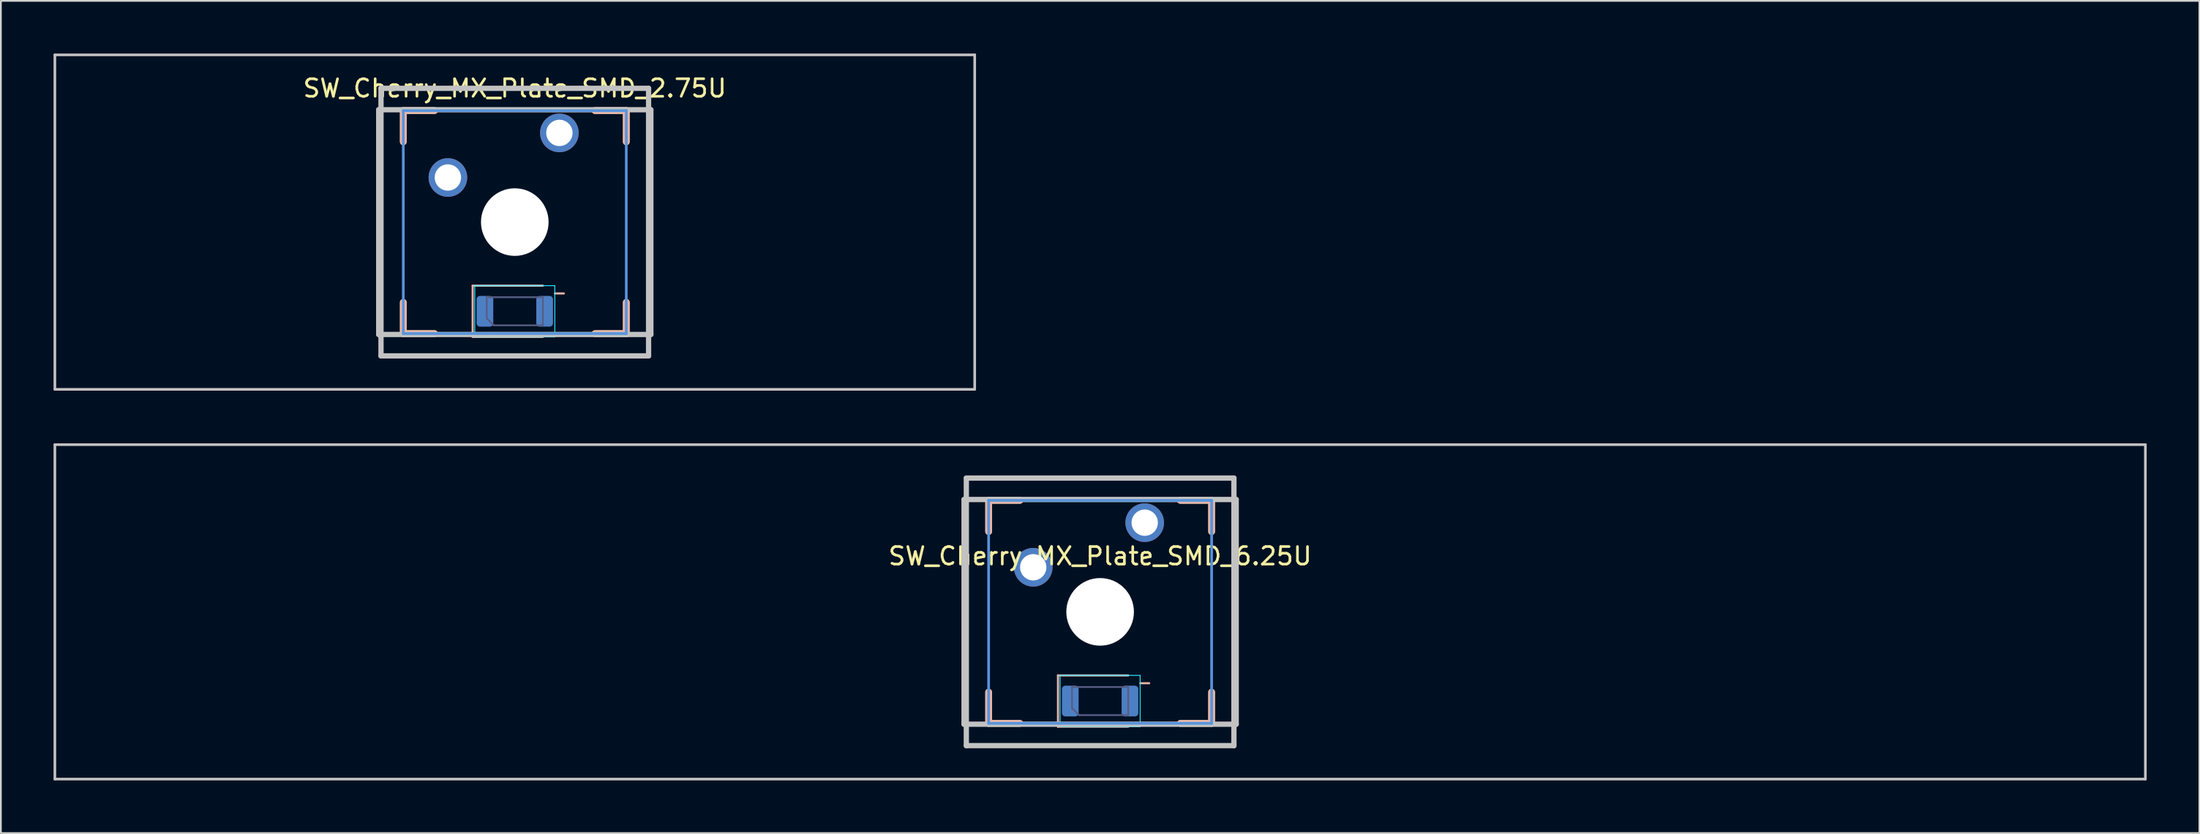
<source format=kicad_pcb>
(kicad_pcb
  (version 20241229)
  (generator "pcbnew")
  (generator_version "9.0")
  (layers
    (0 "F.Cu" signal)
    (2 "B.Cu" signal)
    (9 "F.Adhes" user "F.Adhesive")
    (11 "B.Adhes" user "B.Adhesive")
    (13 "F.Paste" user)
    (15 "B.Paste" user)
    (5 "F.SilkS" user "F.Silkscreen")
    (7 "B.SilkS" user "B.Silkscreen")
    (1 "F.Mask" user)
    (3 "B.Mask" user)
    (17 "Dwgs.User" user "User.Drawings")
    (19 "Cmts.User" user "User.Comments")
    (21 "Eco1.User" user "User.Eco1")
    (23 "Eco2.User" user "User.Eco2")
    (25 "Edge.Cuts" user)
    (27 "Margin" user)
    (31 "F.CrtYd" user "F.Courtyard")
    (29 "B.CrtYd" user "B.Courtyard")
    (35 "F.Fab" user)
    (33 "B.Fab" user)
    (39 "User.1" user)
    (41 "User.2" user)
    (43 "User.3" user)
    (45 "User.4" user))
  (footprint "SW_Cherry_MX_Plate_SMD_6.25U"
    (layer "F.Cu")
    (at 59.606 31.8)
    (property "Reference" "SW_Cherry_MX_Plate_SMD_6.25U" (at 0 -3.175 0) (layer "F.SilkS") (effects (font (size 1 1) (thickness 0.15))))
    (attr exclude_from_pos_files exclude_from_bom)
    (fp_line (start -6.35 -6.35) (end -4.572 -6.35) (stroke (width 0.381) (type solid)) (layer "F.SilkS"))
    (fp_line (start -6.35 -4.572) (end -6.35 -6.35) (stroke (width 0.381) (type solid)) (layer "F.SilkS"))
    (fp_line (start -6.35 6.35) (end -6.35 4.572) (stroke (width 0.381) (type solid)) (layer "F.SilkS"))
    (fp_line (start -4.572 6.35) (end -6.35 6.35) (stroke (width 0.381) (type solid)) (layer "F.SilkS"))
    (fp_line (start 4.572 -6.35) (end 6.35 -6.35) (stroke (width 0.381) (type solid)) (layer "F.SilkS"))
    (fp_line (start 6.35 -6.35) (end 6.35 -4.572) (stroke (width 0.381) (type solid)) (layer "F.SilkS"))
    (fp_line (start 6.35 4.572) (end 6.35 6.35) (stroke (width 0.381) (type solid)) (layer "F.SilkS"))
    (fp_line (start 6.35 6.35) (end 4.572 6.35) (stroke (width 0.381) (type solid)) (layer "F.SilkS"))
    (fp_line (start -6.35 -6.35) (end -6.35 -4.572) (stroke (width 0.381) (type solid)) (layer "B.SilkS"))
    (fp_line (start -6.35 4.572) (end -6.35 6.35) (stroke (width 0.381) (type solid)) (layer "B.SilkS"))
    (fp_line (start -6.35 6.35) (end -4.572 6.35) (stroke (width 0.381) (type solid)) (layer "B.SilkS"))
    (fp_line (start -4.572 -6.35) (end -6.35 -6.35) (stroke (width 0.381) (type solid)) (layer "B.SilkS"))
    (fp_line (start -2.4 3.62) (end 1.6 3.62) (stroke (width 0.12) (type solid)) (layer "B.SilkS"))
    (fp_line (start -2.4 6.54) (end -2.4 3.62) (stroke (width 0.12) (type solid)) (layer "B.SilkS"))
    (fp_line (start 1.6 6.54) (end -2.4 6.54) (stroke (width 0.12) (type solid)) (layer "B.SilkS"))
    (fp_line (start 2.286 4.064) (end 2.794 4.064) (stroke (width 0.12) (type solid)) (layer "B.SilkS"))
    (fp_line (start 4.572 6.35) (end 6.35 6.35) (stroke (width 0.381) (type solid)) (layer "B.SilkS"))
    (fp_line (start 6.35 -6.35) (end 4.572 -6.35) (stroke (width 0.381) (type solid)) (layer "B.SilkS"))
    (fp_line (start 6.35 -4.572) (end 6.35 -6.35) (stroke (width 0.381) (type solid)) (layer "B.SilkS"))
    (fp_line (start 6.35 6.35) (end 6.35 4.572) (stroke (width 0.381) (type solid)) (layer "B.SilkS"))
    (fp_line (start -59.531 -9.525) (end 59.531 -9.525) (stroke (width 0.15) (type solid)) (layer "Dwgs.User"))
    (fp_line (start -59.531 9.525) (end -59.531 -9.525) (stroke (width 0.15) (type solid)) (layer "Dwgs.User"))
    (fp_line (start -7.75 6.4) (end -7.75 -6.4) (stroke (width 0.3) (type solid)) (layer "Dwgs.User"))
    (fp_line (start -7.75 6.4) (end 7.75 6.4) (stroke (width 0.3) (type solid)) (layer "Dwgs.User"))
    (fp_line (start -7.62 -7.62) (end 7.62 -7.62) (stroke (width 0.3) (type solid)) (layer "Dwgs.User"))
    (fp_line (start -7.62 7.62) (end -7.62 -7.62) (stroke (width 0.3) (type solid)) (layer "Dwgs.User"))
    (fp_line (start 7.62 -7.62) (end 7.62 7.62) (stroke (width 0.3) (type solid)) (layer "Dwgs.User"))
    (fp_line (start 7.62 7.62) (end -7.62 7.62) (stroke (width 0.3) (type solid)) (layer "Dwgs.User"))
    (fp_line (start 7.75 -6.4) (end -7.75 -6.4) (stroke (width 0.3) (type solid)) (layer "Dwgs.User"))
    (fp_line (start 7.75 6.4) (end 7.75 -6.4) (stroke (width 0.3) (type solid)) (layer "Dwgs.User"))
    (fp_line (start 59.531 -9.525) (end 59.531 9.525) (stroke (width 0.15) (type solid)) (layer "Dwgs.User"))
    (fp_line (start 59.531 9.525) (end -59.531 9.525) (stroke (width 0.15) (type solid)) (layer "Dwgs.User"))
    (fp_line (start -6.35 -6.35) (end 6.35 -6.35) (stroke (width 0.152) (type solid)) (layer "Cmts.User"))
    (fp_line (start -6.35 6.35) (end -6.35 -6.35) (stroke (width 0.152) (type solid)) (layer "Cmts.User"))
    (fp_line (start 6.35 -6.35) (end 6.35 6.35) (stroke (width 0.152) (type solid)) (layer "Cmts.User"))
    (fp_line (start 6.35 6.35) (end -6.35 6.35) (stroke (width 0.152) (type solid)) (layer "Cmts.User"))
    (fp_line (start -6.985 -6.985) (end 6.985 -6.985) (stroke (width 0.152) (type solid)) (layer "Eco2.User"))
    (fp_line (start -6.985 6.985) (end -6.985 -6.985) (stroke (width 0.152) (type solid)) (layer "Eco2.User"))
    (fp_line (start 6.985 -6.985) (end 6.985 6.985) (stroke (width 0.152) (type solid)) (layer "Eco2.User"))
    (fp_line (start 6.985 6.985) (end -6.985 6.985) (stroke (width 0.152) (type solid)) (layer "Eco2.User"))
    (fp_line (start -2.28 3.62) (end -2.28 6.54) (stroke (width 0.05) (type solid)) (layer "B.CrtYd"))
    (fp_line (start -2.28 6.54) (end 2.28 6.54) (stroke (width 0.05) (type solid)) (layer "B.CrtYd"))
    (fp_line (start 2.28 3.62) (end -2.28 3.62) (stroke (width 0.05) (type solid)) (layer "B.CrtYd"))
    (fp_line (start 2.28 6.54) (end 2.28 3.62) (stroke (width 0.05) (type solid)) (layer "B.CrtYd"))
    (fp_line (start -1.6 4.28) (end 1.6 4.28) (stroke (width 0.1) (type solid)) (layer "B.Fab"))
    (fp_line (start -1.6 5.48) (end -1.6 4.28) (stroke (width 0.1) (type solid)) (layer "B.Fab"))
    (fp_line (start -1.2 5.88) (end -1.6 5.48) (stroke (width 0.1) (type solid)) (layer "B.Fab"))
    (fp_line (start 1.6 4.28) (end 1.6 5.88) (stroke (width 0.1) (type solid)) (layer "B.Fab"))
    (fp_line (start 1.6 5.88) (end -1.2 5.88) (stroke (width 0.1) (type solid)) (layer "B.Fab"))
    (pad "" np_thru_hole circle (at 0 0) (size 3.85 3.85) (drill 3.85) (layers "*.Cu" "*.Mask"))
    (pad "1" thru_hole circle (at -3.81 -2.54) (size 2.2 2.2) (drill 1.5) (layers "*.Cu" "*.Mask"))
    (pad "2" thru_hole circle (at 2.54 -5.08) (size 2.2 2.2) (drill 1.5) (layers "*.Cu" "*.Mask"))
    (pad "3" smd roundrect (at 1.7 5.08) (size 0.95 1.75) (layers "B.Cu" "B.Mask" "B.Paste") (roundrect_rratio 0.2))
    (pad "4" smd roundrect (at -1.7 5.08) (size 0.95 1.75) (layers "B.Cu" "B.Mask" "B.Paste") (roundrect_rratio 0.2)))
  (footprint "SW_Cherry_MX_Plate_SMD_2.75U"
    (layer "F.Cu")
    (at 26.269 9.6)
    (property "Reference" "SW_Cherry_MX_Plate_SMD_2.75U" (at 0 -7.62 0) (layer "F.SilkS") (effects (font (size 1 1) (thickness 0.15))))
    (attr through_hole)
    (fp_line (start -6.35 -6.35) (end -4.572 -6.35) (stroke (width 0.381) (type solid)) (layer "F.SilkS"))
    (fp_line (start -6.35 -4.572) (end -6.35 -6.35) (stroke (width 0.381) (type solid)) (layer "F.SilkS"))
    (fp_line (start -6.35 6.35) (end -6.35 4.572) (stroke (width 0.381) (type solid)) (layer "F.SilkS"))
    (fp_line (start -4.572 6.35) (end -6.35 6.35) (stroke (width 0.381) (type solid)) (layer "F.SilkS"))
    (fp_line (start 4.572 -6.35) (end 6.35 -6.35) (stroke (width 0.381) (type solid)) (layer "F.SilkS"))
    (fp_line (start 6.35 -6.35) (end 6.35 -4.572) (stroke (width 0.381) (type solid)) (layer "F.SilkS"))
    (fp_line (start 6.35 4.572) (end 6.35 6.35) (stroke (width 0.381) (type solid)) (layer "F.SilkS"))
    (fp_line (start 6.35 6.35) (end 4.572 6.35) (stroke (width 0.381) (type solid)) (layer "F.SilkS"))
    (fp_line (start -6.35 -6.35) (end -6.35 -4.572) (stroke (width 0.381) (type solid)) (layer "B.SilkS"))
    (fp_line (start -6.35 4.572) (end -6.35 6.35) (stroke (width 0.381) (type solid)) (layer "B.SilkS"))
    (fp_line (start -6.35 6.35) (end -4.572 6.35) (stroke (width 0.381) (type solid)) (layer "B.SilkS"))
    (fp_line (start -4.572 -6.35) (end -6.35 -6.35) (stroke (width 0.381) (type solid)) (layer "B.SilkS"))
    (fp_line (start -2.4 3.62) (end 1.6 3.62) (stroke (width 0.12) (type solid)) (layer "B.SilkS"))
    (fp_line (start -2.4 6.54) (end -2.4 3.62) (stroke (width 0.12) (type solid)) (layer "B.SilkS"))
    (fp_line (start 1.6 6.54) (end -2.4 6.54) (stroke (width 0.12) (type solid)) (layer "B.SilkS"))
    (fp_line (start 2.286 4.064) (end 2.794 4.064) (stroke (width 0.12) (type solid)) (layer "B.SilkS"))
    (fp_line (start 4.572 6.35) (end 6.35 6.35) (stroke (width 0.381) (type solid)) (layer "B.SilkS"))
    (fp_line (start 6.35 -6.35) (end 4.572 -6.35) (stroke (width 0.381) (type solid)) (layer "B.SilkS"))
    (fp_line (start 6.35 -4.572) (end 6.35 -6.35) (stroke (width 0.381) (type solid)) (layer "B.SilkS"))
    (fp_line (start 6.35 6.35) (end 6.35 4.572) (stroke (width 0.381) (type solid)) (layer "B.SilkS"))
    (fp_line (start -26.194 -9.525) (end 26.194 -9.525) (stroke (width 0.15) (type solid)) (layer "Dwgs.User"))
    (fp_line (start -26.194 9.525) (end -26.194 -9.525) (stroke (width 0.15) (type solid)) (layer "Dwgs.User"))
    (fp_line (start -7.75 6.4) (end -7.75 -6.4) (stroke (width 0.3) (type solid)) (layer "Dwgs.User"))
    (fp_line (start -7.75 6.4) (end 7.75 6.4) (stroke (width 0.3) (type solid)) (layer "Dwgs.User"))
    (fp_line (start -7.62 -7.62) (end 7.62 -7.62) (stroke (width 0.3) (type solid)) (layer "Dwgs.User"))
    (fp_line (start -7.62 7.62) (end -7.62 -7.62) (stroke (width 0.3) (type solid)) (layer "Dwgs.User"))
    (fp_line (start 7.62 -7.62) (end 7.62 7.62) (stroke (width 0.3) (type solid)) (layer "Dwgs.User"))
    (fp_line (start 7.62 7.62) (end -7.62 7.62) (stroke (width 0.3) (type solid)) (layer "Dwgs.User"))
    (fp_line (start 7.75 -6.4) (end -7.75 -6.4) (stroke (width 0.3) (type solid)) (layer "Dwgs.User"))
    (fp_line (start 7.75 6.4) (end 7.75 -6.4) (stroke (width 0.3) (type solid)) (layer "Dwgs.User"))
    (fp_line (start 26.194 -9.525) (end 26.194 9.525) (stroke (width 0.15) (type solid)) (layer "Dwgs.User"))
    (fp_line (start 26.194 9.525) (end -26.194 9.525) (stroke (width 0.15) (type solid)) (layer "Dwgs.User"))
    (fp_line (start -6.35 -6.35) (end 6.35 -6.35) (stroke (width 0.152) (type solid)) (layer "Cmts.User"))
    (fp_line (start -6.35 6.35) (end -6.35 -6.35) (stroke (width 0.152) (type solid)) (layer "Cmts.User"))
    (fp_line (start 6.35 -6.35) (end 6.35 6.35) (stroke (width 0.152) (type solid)) (layer "Cmts.User"))
    (fp_line (start 6.35 6.35) (end -6.35 6.35) (stroke (width 0.152) (type solid)) (layer "Cmts.User"))
    (fp_line (start -6.985 -6.985) (end 6.985 -6.985) (stroke (width 0.152) (type solid)) (layer "Eco2.User"))
    (fp_line (start -6.985 6.985) (end -6.985 -6.985) (stroke (width 0.152) (type solid)) (layer "Eco2.User"))
    (fp_line (start 6.985 -6.985) (end 6.985 6.985) (stroke (width 0.152) (type solid)) (layer "Eco2.User"))
    (fp_line (start 6.985 6.985) (end -6.985 6.985) (stroke (width 0.152) (type solid)) (layer "Eco2.User"))
    (fp_line (start -2.28 3.62) (end -2.28 6.54) (stroke (width 0.05) (type solid)) (layer "B.CrtYd"))
    (fp_line (start -2.28 6.54) (end 2.28 6.54) (stroke (width 0.05) (type solid)) (layer "B.CrtYd"))
    (fp_line (start 2.28 3.62) (end -2.28 3.62) (stroke (width 0.05) (type solid)) (layer "B.CrtYd"))
    (fp_line (start 2.28 6.54) (end 2.28 3.62) (stroke (width 0.05) (type solid)) (layer "B.CrtYd"))
    (fp_line (start -1.6 4.28) (end 1.6 4.28) (stroke (width 0.1) (type solid)) (layer "B.Fab"))
    (fp_line (start -1.6 5.48) (end -1.6 4.28) (stroke (width 0.1) (type solid)) (layer "B.Fab"))
    (fp_line (start -1.2 5.88) (end -1.6 5.48) (stroke (width 0.1) (type solid)) (layer "B.Fab"))
    (fp_line (start 1.6 4.28) (end 1.6 5.88) (stroke (width 0.1) (type solid)) (layer "B.Fab"))
    (fp_line (start 1.6 5.88) (end -1.2 5.88) (stroke (width 0.1) (type solid)) (layer "B.Fab"))
    (pad "" np_thru_hole circle (at 0 0) (size 3.85 3.85) (drill 3.85) (layers "*.Cu" "*.Mask"))
    (pad "1" thru_hole circle (at 2.54 -5.08) (size 2.2 2.2) (drill 1.5) (layers "*.Cu" "*.Mask"))
    (pad "2" thru_hole circle (at -3.81 -2.54) (size 2.2 2.2) (drill 1.5) (layers "*.Cu" "*.Mask"))
    (pad "3" smd roundrect (at 1.7 5.08) (size 0.95 1.75) (layers "B.Cu" "B.Mask" "B.Paste") (roundrect_rratio 0.2))
    (pad "4" smd roundrect (at -1.7 5.08) (size 0.95 1.75) (layers "B.Cu" "B.Mask" "B.Paste") (roundrect_rratio 0.2)))
  (gr_rect
    (start -3 -3)
    (end 122.213 44.4)
    (stroke (width 0.1) (type default))
    (fill no)
    (layer "Edge.Cuts")))
</source>
